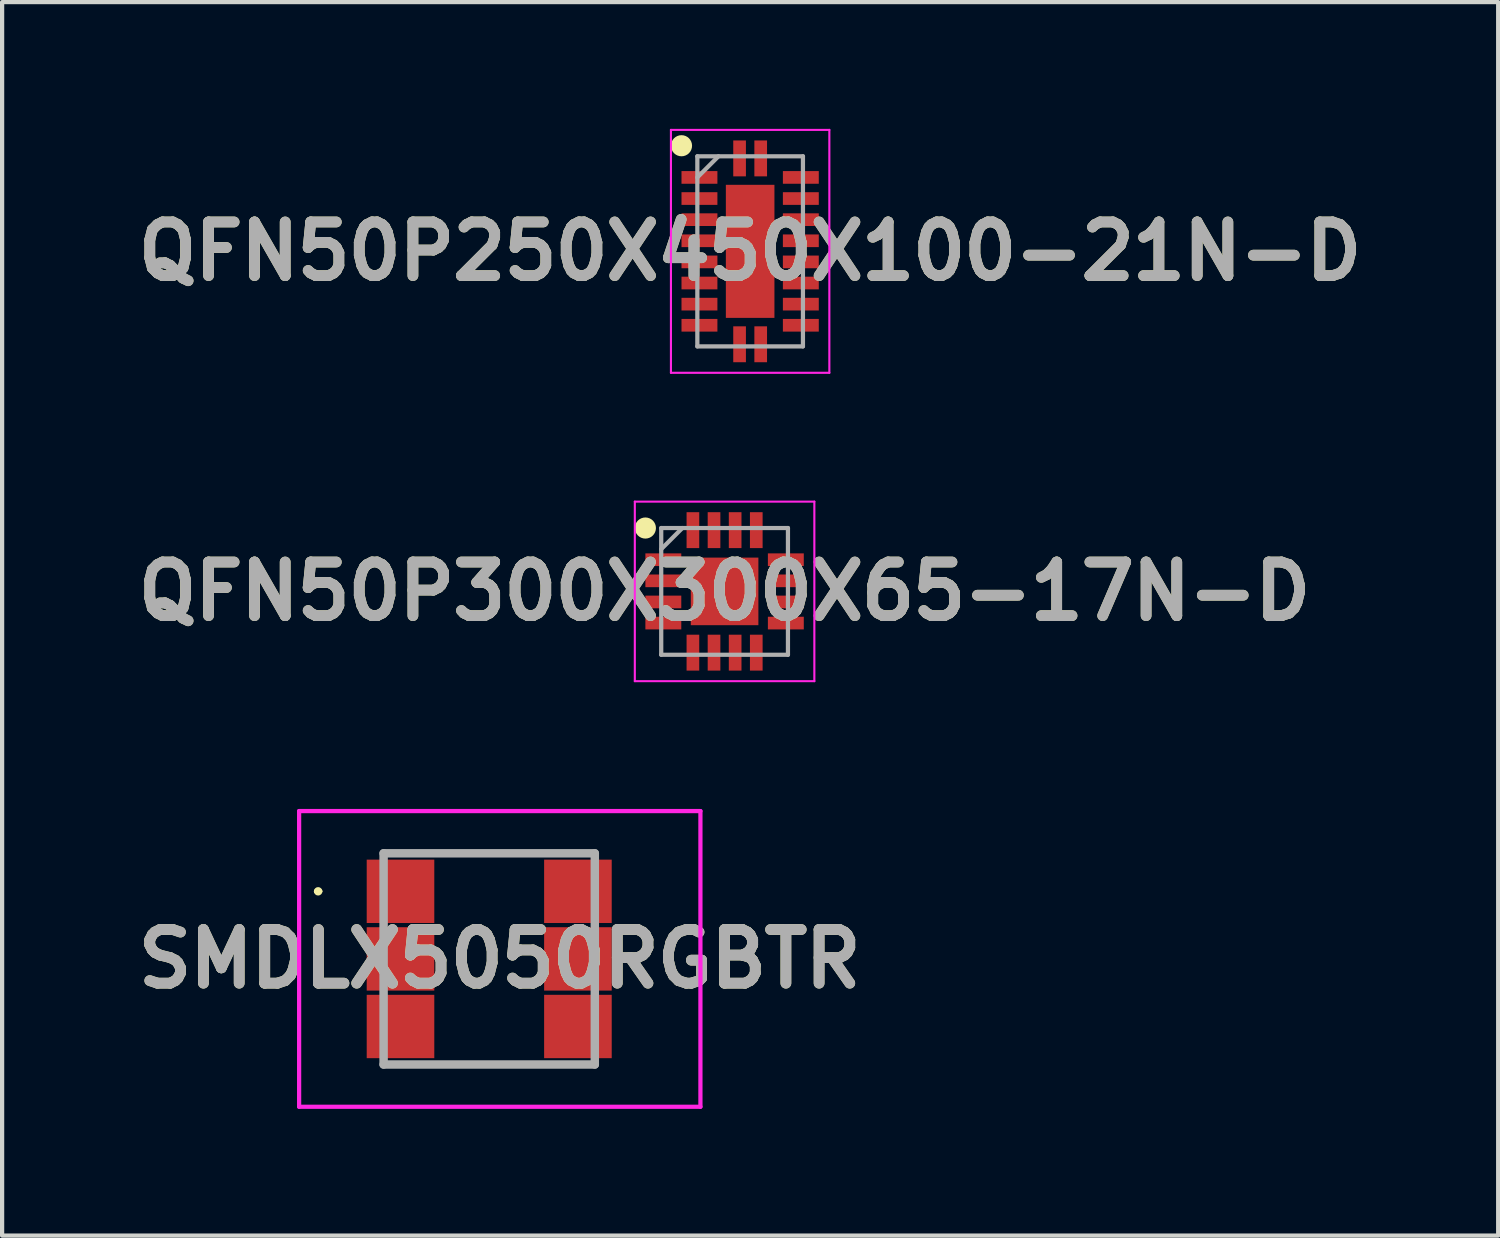
<source format=kicad_pcb>
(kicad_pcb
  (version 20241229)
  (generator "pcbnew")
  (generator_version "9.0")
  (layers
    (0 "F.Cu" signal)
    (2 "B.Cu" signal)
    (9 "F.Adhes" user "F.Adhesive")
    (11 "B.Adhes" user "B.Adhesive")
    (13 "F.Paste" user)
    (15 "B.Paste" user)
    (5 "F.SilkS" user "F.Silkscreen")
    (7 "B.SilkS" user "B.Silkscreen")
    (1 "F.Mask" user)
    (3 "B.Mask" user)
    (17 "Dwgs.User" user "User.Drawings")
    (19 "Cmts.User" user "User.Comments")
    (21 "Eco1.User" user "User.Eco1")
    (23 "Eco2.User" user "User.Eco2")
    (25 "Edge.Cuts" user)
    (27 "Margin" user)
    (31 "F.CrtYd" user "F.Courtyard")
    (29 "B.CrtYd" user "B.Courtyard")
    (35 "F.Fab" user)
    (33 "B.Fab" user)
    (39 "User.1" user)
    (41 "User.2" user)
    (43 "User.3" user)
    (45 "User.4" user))
  (footprint "QFN50P250X450X100-21N-D"
    (layer "F.Cu")
    (at 14.708 2.9)
    (property "Reference" "QFN50P250X450X100-21N-D" (at 0 0 0) (layer "F.SilkS") (effects (font (size 1.27 1.27) (thickness 0.254))))
    (attr smd)
    (fp_circle (center -1.625 -2.5) (end -1.625 -2.375) (stroke (width 0.25) (type solid)) (fill no) (layer "F.SilkS"))
    (fp_line (start -1.875 -2.875) (end 1.875 -2.875) (stroke (width 0.05) (type solid)) (layer "F.CrtYd"))
    (fp_line (start -1.875 2.875) (end -1.875 -2.875) (stroke (width 0.05) (type solid)) (layer "F.CrtYd"))
    (fp_line (start 1.875 -2.875) (end 1.875 2.875) (stroke (width 0.05) (type solid)) (layer "F.CrtYd"))
    (fp_line (start 1.875 2.875) (end -1.875 2.875) (stroke (width 0.05) (type solid)) (layer "F.CrtYd"))
    (fp_line (start -1.25 -2.25) (end 1.25 -2.25) (stroke (width 0.1) (type solid)) (layer "F.Fab"))
    (fp_line (start -1.25 -1.75) (end -0.75 -2.25) (stroke (width 0.1) (type solid)) (layer "F.Fab"))
    (fp_line (start -1.25 2.25) (end -1.25 -2.25) (stroke (width 0.1) (type solid)) (layer "F.Fab"))
    (fp_line (start 1.25 -2.25) (end 1.25 2.25) (stroke (width 0.1) (type solid)) (layer "F.Fab"))
    (fp_line (start 1.25 2.25) (end -1.25 2.25) (stroke (width 0.1) (type solid)) (layer "F.Fab"))
    (fp_text user "${REFERENCE}" (at 0 0 0) (layer "F.Fab") (effects (font (size 1.27 1.27) (thickness 0.254))))
    (pad "1" smd rect (at -0.25 -2.2) (size 0.3 0.85) (layers "F.Cu" "F.Mask" "F.Paste"))
    (pad "2" smd rect (at -1.2 -1.75 90) (size 0.3 0.85) (layers "F.Cu" "F.Mask" "F.Paste"))
    (pad "3" smd rect (at -1.2 -1.25 90) (size 0.3 0.85) (layers "F.Cu" "F.Mask" "F.Paste"))
    (pad "4" smd rect (at -1.2 -0.75 90) (size 0.3 0.85) (layers "F.Cu" "F.Mask" "F.Paste"))
    (pad "5" smd rect (at -1.2 -0.25 90) (size 0.3 0.85) (layers "F.Cu" "F.Mask" "F.Paste"))
    (pad "6" smd rect (at -1.2 0.25 90) (size 0.3 0.85) (layers "F.Cu" "F.Mask" "F.Paste"))
    (pad "7" smd rect (at -1.2 0.75 90) (size 0.3 0.85) (layers "F.Cu" "F.Mask" "F.Paste"))
    (pad "8" smd rect (at -1.2 1.25 90) (size 0.3 0.85) (layers "F.Cu" "F.Mask" "F.Paste"))
    (pad "9" smd rect (at -1.2 1.75 90) (size 0.3 0.85) (layers "F.Cu" "F.Mask" "F.Paste"))
    (pad "10" smd rect (at -0.25 2.2) (size 0.3 0.85) (layers "F.Cu" "F.Mask" "F.Paste"))
    (pad "11" smd rect (at 0.25 2.2) (size 0.3 0.85) (layers "F.Cu" "F.Mask" "F.Paste"))
    (pad "12" smd rect (at 1.2 1.75 90) (size 0.3 0.85) (layers "F.Cu" "F.Mask" "F.Paste"))
    (pad "13" smd rect (at 1.2 1.25 90) (size 0.3 0.85) (layers "F.Cu" "F.Mask" "F.Paste"))
    (pad "14" smd rect (at 1.2 0.75 90) (size 0.3 0.85) (layers "F.Cu" "F.Mask" "F.Paste"))
    (pad "15" smd rect (at 1.2 0.25 90) (size 0.3 0.85) (layers "F.Cu" "F.Mask" "F.Paste"))
    (pad "16" smd rect (at 1.2 -0.25 90) (size 0.3 0.85) (layers "F.Cu" "F.Mask" "F.Paste"))
    (pad "17" smd rect (at 1.2 -0.75 90) (size 0.3 0.85) (layers "F.Cu" "F.Mask" "F.Paste"))
    (pad "18" smd rect (at 1.2 -1.25 90) (size 0.3 0.85) (layers "F.Cu" "F.Mask" "F.Paste"))
    (pad "19" smd rect (at 1.2 -1.75 90) (size 0.3 0.85) (layers "F.Cu" "F.Mask" "F.Paste"))
    (pad "20" smd rect (at 0.25 -2.2) (size 0.3 0.85) (layers "F.Cu" "F.Mask" "F.Paste"))
    (pad "21" smd rect (at 0 0) (size 1.15 3.15) (layers "F.Cu" "F.Mask" "F.Paste")))
  (footprint "QFN50P300X300X65-17N-D"
    (layer "F.Cu")
    (at 14.103 10.95)
    (property "Reference" "QFN50P300X300X65-17N-D" (at 0 0 0) (layer "F.SilkS") (effects (font (size 1.27 1.27) (thickness 0.254))))
    (attr smd)
    (fp_circle (center -1.875 -1.5) (end -1.875 -1.375) (stroke (width 0.25) (type solid)) (fill no) (layer "F.SilkS"))
    (fp_line (start -2.125 -2.125) (end 2.125 -2.125) (stroke (width 0.05) (type solid)) (layer "F.CrtYd"))
    (fp_line (start -2.125 2.125) (end -2.125 -2.125) (stroke (width 0.05) (type solid)) (layer "F.CrtYd"))
    (fp_line (start 2.125 -2.125) (end 2.125 2.125) (stroke (width 0.05) (type solid)) (layer "F.CrtYd"))
    (fp_line (start 2.125 2.125) (end -2.125 2.125) (stroke (width 0.05) (type solid)) (layer "F.CrtYd"))
    (fp_line (start -1.5 -1.5) (end 1.5 -1.5) (stroke (width 0.1) (type solid)) (layer "F.Fab"))
    (fp_line (start -1.5 -1) (end -1 -1.5) (stroke (width 0.1) (type solid)) (layer "F.Fab"))
    (fp_line (start -1.5 1.5) (end -1.5 -1.5) (stroke (width 0.1) (type solid)) (layer "F.Fab"))
    (fp_line (start 1.5 -1.5) (end 1.5 1.5) (stroke (width 0.1) (type solid)) (layer "F.Fab"))
    (fp_line (start 1.5 1.5) (end -1.5 1.5) (stroke (width 0.1) (type solid)) (layer "F.Fab"))
    (fp_text user "${REFERENCE}" (at 0 0 0) (layer "F.Fab") (effects (font (size 1.27 1.27) (thickness 0.254))))
    (pad "1" smd rect (at -1.45 -0.75 90) (size 0.3 0.85) (layers "F.Cu" "F.Mask" "F.Paste"))
    (pad "2" smd rect (at -1.45 -0.25 90) (size 0.3 0.85) (layers "F.Cu" "F.Mask" "F.Paste"))
    (pad "3" smd rect (at -1.45 0.25 90) (size 0.3 0.85) (layers "F.Cu" "F.Mask" "F.Paste"))
    (pad "4" smd rect (at -1.45 0.75 90) (size 0.3 0.85) (layers "F.Cu" "F.Mask" "F.Paste"))
    (pad "5" smd rect (at -0.75 1.45) (size 0.3 0.85) (layers "F.Cu" "F.Mask" "F.Paste"))
    (pad "6" smd rect (at -0.25 1.45) (size 0.3 0.85) (layers "F.Cu" "F.Mask" "F.Paste"))
    (pad "7" smd rect (at 0.25 1.45) (size 0.3 0.85) (layers "F.Cu" "F.Mask" "F.Paste"))
    (pad "8" smd rect (at 0.75 1.45) (size 0.3 0.85) (layers "F.Cu" "F.Mask" "F.Paste"))
    (pad "9" smd rect (at 1.45 0.75 90) (size 0.3 0.85) (layers "F.Cu" "F.Mask" "F.Paste"))
    (pad "10" smd rect (at 1.45 0.25 90) (size 0.3 0.85) (layers "F.Cu" "F.Mask" "F.Paste"))
    (pad "11" smd rect (at 1.45 -0.25 90) (size 0.3 0.85) (layers "F.Cu" "F.Mask" "F.Paste"))
    (pad "12" smd rect (at 1.45 -0.75 90) (size 0.3 0.85) (layers "F.Cu" "F.Mask" "F.Paste"))
    (pad "13" smd rect (at 0.75 -1.45) (size 0.3 0.85) (layers "F.Cu" "F.Mask" "F.Paste"))
    (pad "14" smd rect (at 0.25 -1.45) (size 0.3 0.85) (layers "F.Cu" "F.Mask" "F.Paste"))
    (pad "15" smd rect (at -0.25 -1.45) (size 0.3 0.85) (layers "F.Cu" "F.Mask" "F.Paste"))
    (pad "16" smd rect (at -0.75 -1.45) (size 0.3 0.85) (layers "F.Cu" "F.Mask" "F.Paste"))
    (pad "17" smd rect (at 0 0) (size 1.6 1.6) (layers "F.Cu" "F.Mask" "F.Paste")))
  (footprint "SMDLX5050RGBTR"
    (layer "F.Cu")
    (at 8.531 18.05)
    (property "Reference" "SMDLX5050RGBTR" (at 0.25 1.6 0) (layer "F.SilkS") (effects (font (size 1.27 1.27) (thickness 0.254))))
    (attr smd)
    (fp_line (start -4.1 0) (end -4.1 0) (stroke (width 0.1) (type solid)) (layer "F.SilkS"))
    (fp_line (start -4 0) (end -4 0) (stroke (width 0.1) (type solid)) (layer "F.SilkS"))
    (fp_line (start -1 -0.9) (end 1 -0.9) (stroke (width 0.1) (type solid)) (layer "F.SilkS"))
    (fp_line (start -1 4.1) (end 1 4.1) (stroke (width 0.1) (type solid)) (layer "F.SilkS"))
    (fp_arc (start -4.1 0) (mid -4.05 -0.05) (end -4 0) (stroke (width 0.1) (type solid)) (layer "F.SilkS"))
    (fp_arc (start -4 0) (mid -4.05 0.05) (end -4.1 0) (stroke (width 0.1) (type solid)) (layer "F.SilkS"))
    (fp_line (start -4.5 -1.9) (end 5 -1.9) (stroke (width 0.1) (type solid)) (layer "F.CrtYd"))
    (fp_line (start -4.5 5.1) (end -4.5 -1.9) (stroke (width 0.1) (type solid)) (layer "F.CrtYd"))
    (fp_line (start 5 -1.9) (end 5 5.1) (stroke (width 0.1) (type solid)) (layer "F.CrtYd"))
    (fp_line (start 5 5.1) (end -4.5 5.1) (stroke (width 0.1) (type solid)) (layer "F.CrtYd"))
    (fp_line (start -2.5 -0.9) (end 2.5 -0.9) (stroke (width 0.2) (type solid)) (layer "F.Fab"))
    (fp_line (start -2.5 4.1) (end -2.5 -0.9) (stroke (width 0.2) (type solid)) (layer "F.Fab"))
    (fp_line (start 2.5 -0.9) (end 2.5 4.1) (stroke (width 0.2) (type solid)) (layer "F.Fab"))
    (fp_line (start 2.5 4.1) (end -2.5 4.1) (stroke (width 0.2) (type solid)) (layer "F.Fab"))
    (fp_text user "${REFERENCE}" (at 0.25 1.6 0) (layer "F.Fab") (effects (font (size 1.27 1.27) (thickness 0.254))))
    (pad "1" smd rect (at -2.1 0 90) (size 1.5 1.6) (layers "F.Cu" "F.Mask" "F.Paste"))
    (pad "2" smd rect (at -2.1 1.6 90) (size 1.5 1.6) (layers "F.Cu" "F.Mask" "F.Paste"))
    (pad "3" smd rect (at -2.1 3.2 90) (size 1.5 1.6) (layers "F.Cu" "F.Mask" "F.Paste"))
    (pad "4" smd rect (at 2.1 0 90) (size 1.5 1.6) (layers "F.Cu" "F.Mask" "F.Paste"))
    (pad "5" smd rect (at 2.1 1.6 90) (size 1.5 1.6) (layers "F.Cu" "F.Mask" "F.Paste"))
    (pad "6" smd rect (at 2.1 3.2 90) (size 1.5 1.6) (layers "F.Cu" "F.Mask" "F.Paste")))
  (gr_rect
    (start -3 -3)
    (end 32.416 26.2)
    (stroke (width 0.1) (type default))
    (fill no)
    (layer "Edge.Cuts")))
</source>
